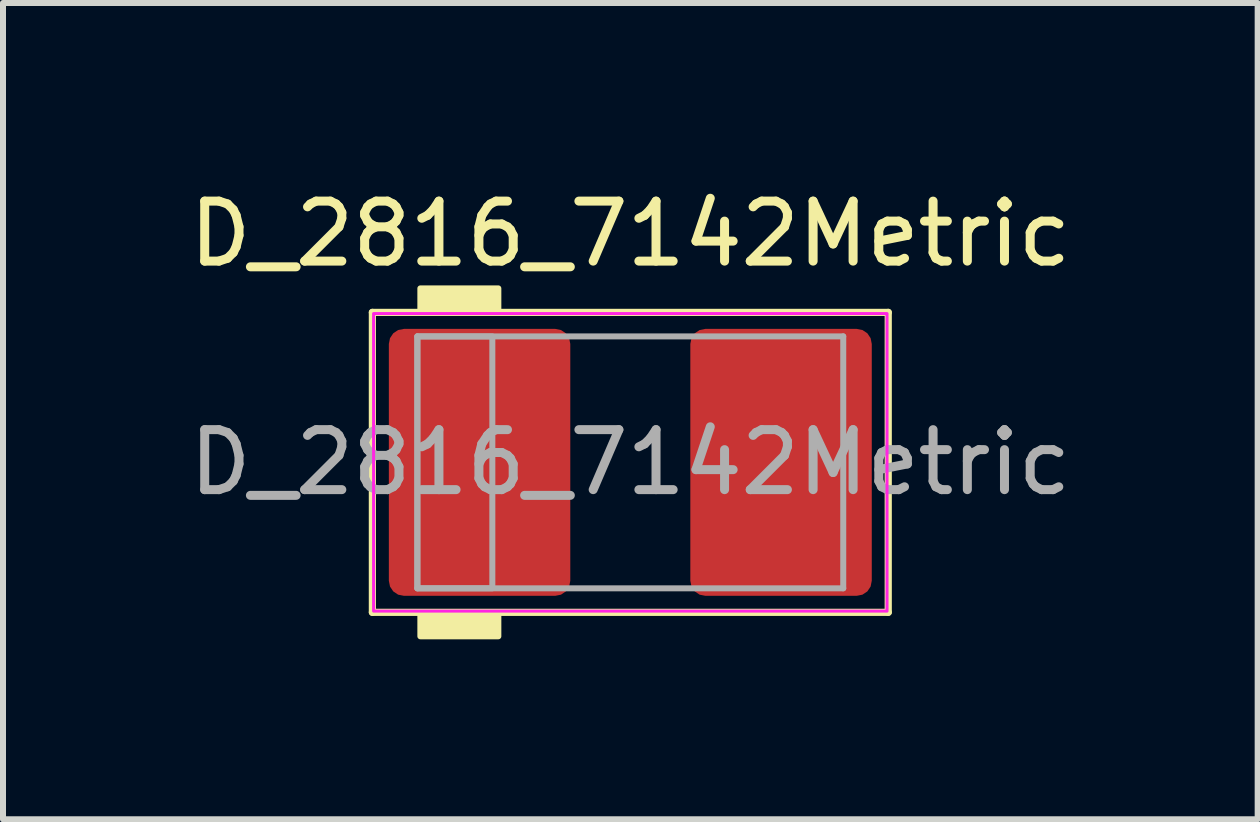
<source format=kicad_pcb>
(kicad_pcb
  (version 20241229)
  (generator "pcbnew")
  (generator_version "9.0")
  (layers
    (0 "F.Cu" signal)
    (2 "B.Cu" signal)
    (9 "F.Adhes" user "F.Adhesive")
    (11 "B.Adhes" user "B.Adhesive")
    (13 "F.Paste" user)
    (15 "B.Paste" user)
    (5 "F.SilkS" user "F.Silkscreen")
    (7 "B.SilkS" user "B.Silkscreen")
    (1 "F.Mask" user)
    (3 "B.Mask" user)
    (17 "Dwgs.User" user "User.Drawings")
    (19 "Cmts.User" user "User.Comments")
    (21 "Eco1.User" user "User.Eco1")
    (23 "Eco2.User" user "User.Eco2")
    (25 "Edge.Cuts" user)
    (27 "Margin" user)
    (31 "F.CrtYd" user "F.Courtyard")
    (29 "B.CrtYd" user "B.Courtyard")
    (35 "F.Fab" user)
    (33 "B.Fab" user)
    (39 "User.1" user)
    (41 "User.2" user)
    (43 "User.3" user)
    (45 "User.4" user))
  (footprint "D_2816_7142Metric"
    (layer "F.Cu")
    (at 7.458 4.658)
    (property "Reference" "D_2816_7142Metric" (at 0 -3.81 0) (layer "F.SilkS") (effects (font (size 1 1) (thickness 0.15))))
    (attr smd)
    (fp_line (start -4.3 -2.5) (end -4.3 2.5) (stroke (width 0.12) (type solid)) (layer "F.SilkS"))
    (fp_line (start -4.3 2.5) (end 4.3 2.5) (stroke (width 0.12) (type solid)) (layer "F.SilkS"))
    (fp_line (start 4.3 -2.5) (end -4.3 -2.5) (stroke (width 0.12) (type solid)) (layer "F.SilkS"))
    (fp_line (start 4.3 2.5) (end 4.3 -2.5) (stroke (width 0.12) (type solid)) (layer "F.SilkS"))
    (fp_poly (pts (xy -2.2 -2.5) (xy -3.5 -2.5) (xy -3.5 -2.9) (xy -2.2 -2.9)) (stroke (width 0.1) (type solid)) (fill yes) (layer "F.SilkS"))
    (fp_poly (pts (xy -2.2 2.9) (xy -3.5 2.9) (xy -3.5 2.5) (xy -2.2 2.5)) (stroke (width 0.1) (type solid)) (fill yes) (layer "F.SilkS"))
    (fp_rect (start -4.28 -2.48) (end 4.28 2.48) (stroke (width 0.05) (type solid)) (fill no) (layer "F.CrtYd"))
    (fp_line (start -3.55 -2.1) (end -3.55 2.1) (stroke (width 0.1) (type solid)) (layer "F.Fab"))
    (fp_line (start -3.55 2.1) (end 3.55 2.1) (stroke (width 0.1) (type solid)) (layer "F.Fab"))
    (fp_line (start 3.55 -2.1) (end -3.55 -2.1) (stroke (width 0.1) (type solid)) (layer "F.Fab"))
    (fp_line (start 3.55 2.1) (end 3.55 -2.1) (stroke (width 0.1) (type solid)) (layer "F.Fab"))
    (fp_rect (start -3.55 -2.1) (end -2.3 2.1) (stroke (width 0.1) (type solid)) (fill no) (layer "F.Fab"))
    (fp_text user "${REFERENCE}" (at 0 0 0) (layer "F.Fab") (effects (font (size 1 1) (thickness 0.15))))
    (pad "1" smd roundrect (at -2.513 0) (size 3.025 4.45) (layers "F.Cu" "F.Mask" "F.Paste") (roundrect_rratio 0.083))
    (pad "2" smd roundrect (at 2.513 0) (size 3.025 4.45) (layers "F.Cu" "F.Mask" "F.Paste") (roundrect_rratio 0.083)))
  (gr_rect
    (start -3 -3)
    (end 17.917 10.608)
    (stroke (width 0.1) (type default))
    (fill no)
    (layer "Edge.Cuts")))
</source>
